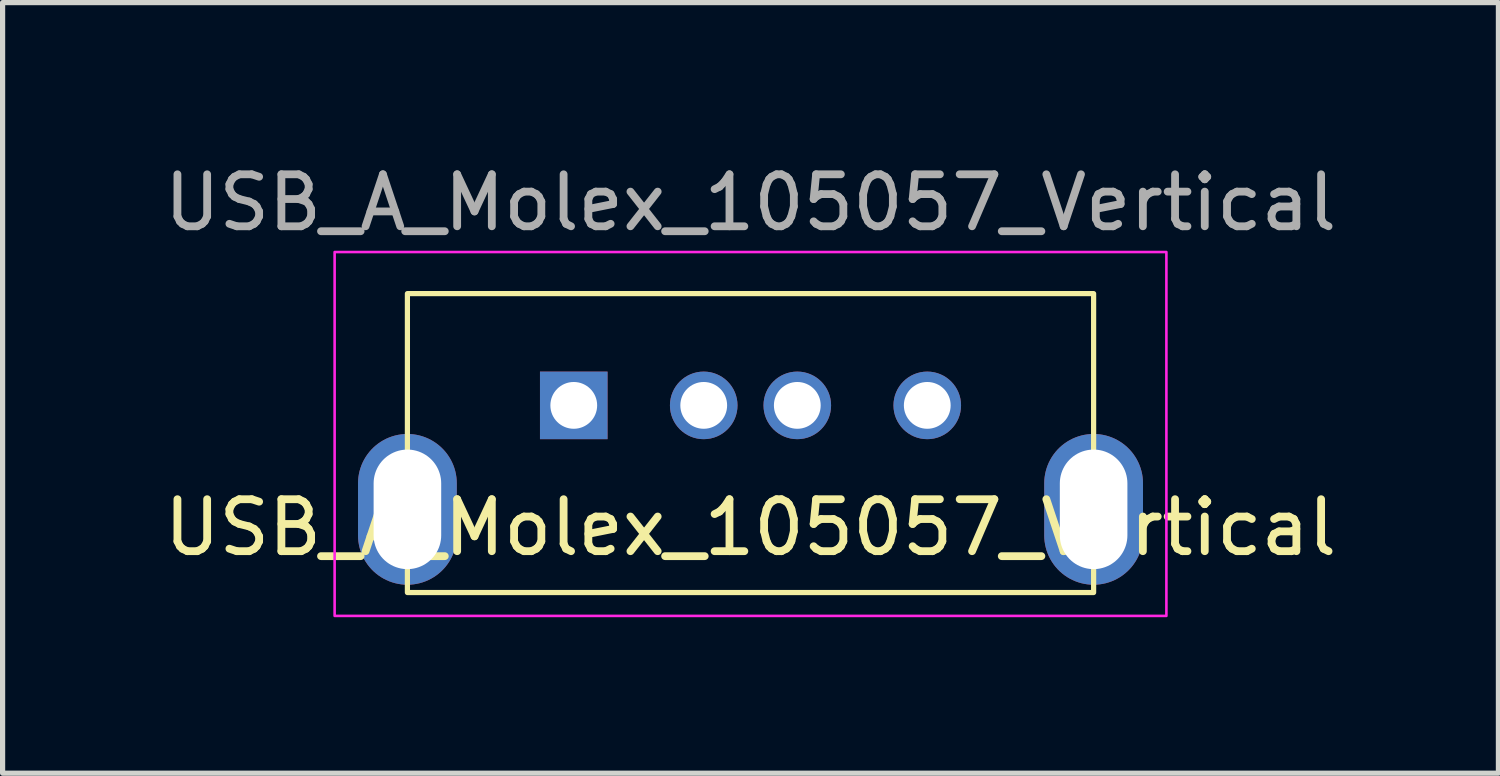
<source format=kicad_pcb>
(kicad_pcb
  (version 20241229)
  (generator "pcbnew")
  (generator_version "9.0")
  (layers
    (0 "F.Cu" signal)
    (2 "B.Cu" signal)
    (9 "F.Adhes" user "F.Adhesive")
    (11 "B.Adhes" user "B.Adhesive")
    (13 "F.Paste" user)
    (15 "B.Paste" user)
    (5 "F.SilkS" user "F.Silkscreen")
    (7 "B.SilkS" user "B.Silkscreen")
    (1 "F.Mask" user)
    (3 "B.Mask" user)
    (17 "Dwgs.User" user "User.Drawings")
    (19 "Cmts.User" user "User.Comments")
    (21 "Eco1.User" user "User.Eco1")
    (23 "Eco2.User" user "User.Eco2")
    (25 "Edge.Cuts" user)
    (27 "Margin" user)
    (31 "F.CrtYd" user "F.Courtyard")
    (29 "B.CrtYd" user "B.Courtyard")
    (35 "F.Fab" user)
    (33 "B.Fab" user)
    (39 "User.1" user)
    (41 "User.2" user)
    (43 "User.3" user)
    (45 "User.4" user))
  (footprint "USB_A_Molex_105057_Vertical"
    (layer "F.Cu")
    (at 11.387 4.748)
    (property "Reference" "USB_A_Molex_105057_Vertical" (at 0 2.35 0) (layer "F.SilkS") (effects (font (size 1 1) (thickness 0.15))))
    (attr through_hole)
    (fp_rect (start -6.6 -2.15) (end 6.6 3.6) (stroke (width 0.1) (type solid)) (fill no) (layer "F.SilkS"))
    (fp_rect (start -8 -2.95) (end 8 4.05) (stroke (width 0.05) (type solid)) (fill no) (layer "F.CrtYd"))
    (fp_text user "${REFERENCE}" (at 0 -3.9 0) (layer "F.Fab") (effects (font (size 1 1) (thickness 0.15))))
    (pad "1" thru_hole rect (at -3.4 0) (size 1.3 1.3) (drill 0.9) (layers "*.Cu" "*.Mask"))
    (pad "2" thru_hole circle (at -0.9 0) (size 1.3 1.3) (drill 0.9) (layers "*.Cu" "*.Mask"))
    (pad "3" thru_hole circle (at 0.9 0) (size 1.3 1.3) (drill 0.9) (layers "*.Cu" "*.Mask"))
    (pad "4" thru_hole circle (at 3.4 0) (size 1.3 1.3) (drill 0.9) (layers "*.Cu" "*.Mask"))
    (pad "5" thru_hole oval (at -6.6 2 180) (size 1.9 2.9) (drill oval 1.3 2.3) (layers "*.Cu" "*.Mask"))
    (pad "5" thru_hole oval (at 6.6 2) (size 1.9 2.9) (drill oval 1.3 2.3) (layers "*.Cu" "*.Mask")))
  (gr_rect
    (start -3 -3)
    (end 25.774 11.823)
    (stroke (width 0.1) (type default))
    (fill no)
    (layer "Edge.Cuts")))
</source>
